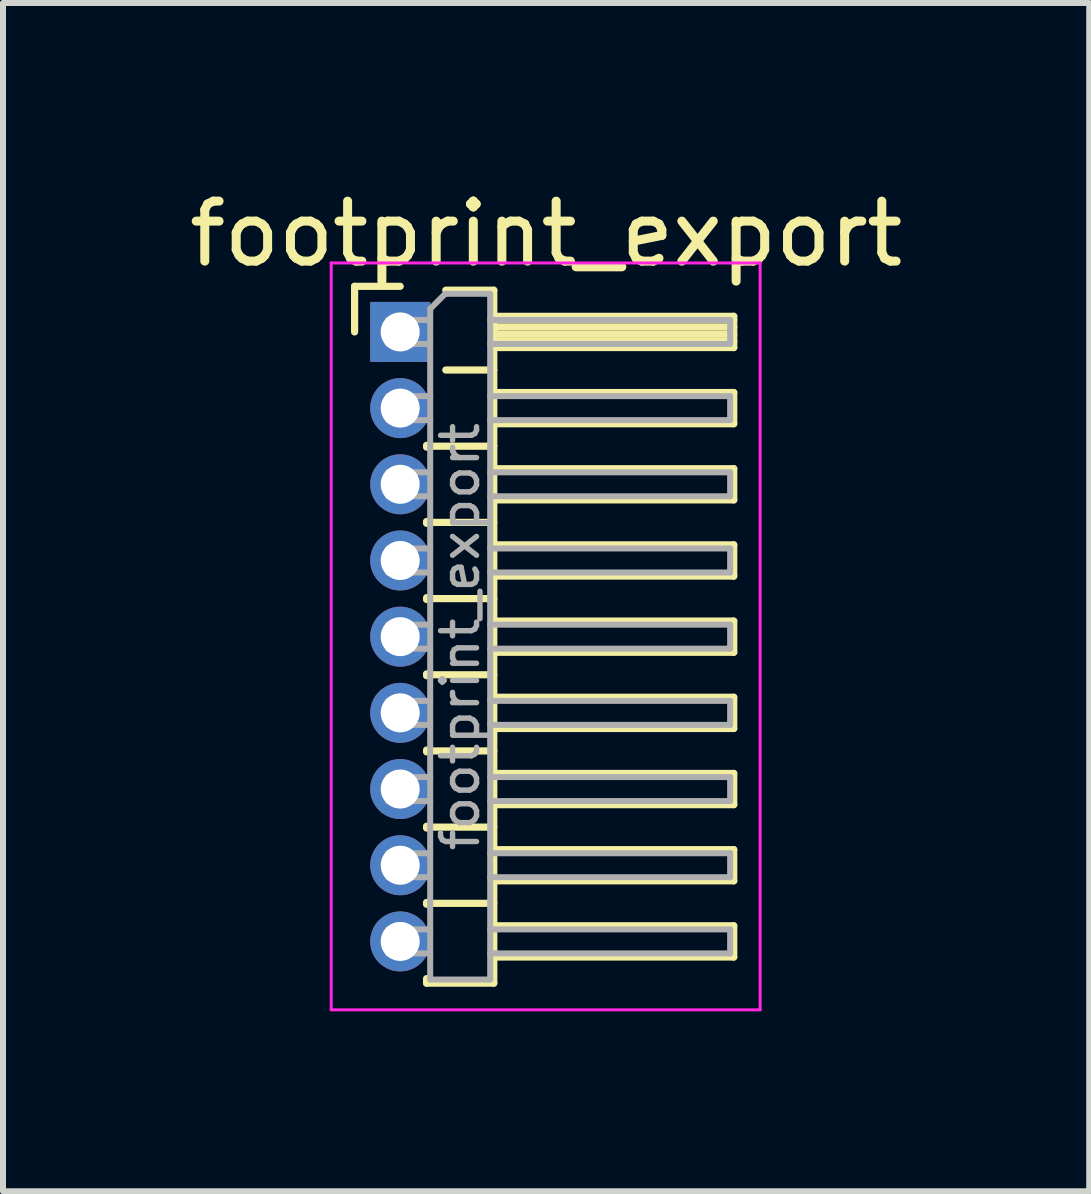
<source format=kicad_pcb>
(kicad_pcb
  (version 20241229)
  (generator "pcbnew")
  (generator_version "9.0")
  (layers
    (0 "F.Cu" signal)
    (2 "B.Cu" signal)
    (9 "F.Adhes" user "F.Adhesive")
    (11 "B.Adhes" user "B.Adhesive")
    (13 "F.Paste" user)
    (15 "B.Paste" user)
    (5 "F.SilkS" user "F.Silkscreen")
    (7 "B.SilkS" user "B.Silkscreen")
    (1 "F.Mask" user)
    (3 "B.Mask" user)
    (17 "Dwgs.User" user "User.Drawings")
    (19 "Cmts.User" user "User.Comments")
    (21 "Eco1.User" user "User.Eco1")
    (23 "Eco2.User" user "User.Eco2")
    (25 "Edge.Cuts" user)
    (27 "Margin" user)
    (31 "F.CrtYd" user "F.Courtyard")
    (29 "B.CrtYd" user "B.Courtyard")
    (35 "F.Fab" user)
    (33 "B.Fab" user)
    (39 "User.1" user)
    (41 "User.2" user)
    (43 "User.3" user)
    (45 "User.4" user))
  (footprint "footprint_export"
    (layer "F.Cu")
    (at 3.621 2.483)
    (property "Reference" "footprint_export" (at 2.433 -1.635 0) (layer "F.SilkS") (effects (font (size 1 1) (thickness 0.15))))
    (attr through_hole)
    (fp_line (start -0.76 -0.76) (end 0 -0.76) (stroke (width 0.12) (type solid)) (layer "F.SilkS"))
    (fp_line (start -0.76 0) (end -0.76 -0.76) (stroke (width 0.12) (type solid)) (layer "F.SilkS"))
    (fp_line (start 0.44 1.89) (end 0.44 1.92) (stroke (width 0.12) (type solid)) (layer "F.SilkS"))
    (fp_line (start 0.44 1.905) (end 1.56 1.905) (stroke (width 0.12) (type solid)) (layer "F.SilkS"))
    (fp_line (start 0.44 3.16) (end 0.44 3.19) (stroke (width 0.12) (type solid)) (layer "F.SilkS"))
    (fp_line (start 0.44 3.175) (end 1.56 3.175) (stroke (width 0.12) (type solid)) (layer "F.SilkS"))
    (fp_line (start 0.44 4.43) (end 0.44 4.46) (stroke (width 0.12) (type solid)) (layer "F.SilkS"))
    (fp_line (start 0.44 4.445) (end 1.56 4.445) (stroke (width 0.12) (type solid)) (layer "F.SilkS"))
    (fp_line (start 0.44 5.7) (end 0.44 5.73) (stroke (width 0.12) (type solid)) (layer "F.SilkS"))
    (fp_line (start 0.44 5.715) (end 1.56 5.715) (stroke (width 0.12) (type solid)) (layer "F.SilkS"))
    (fp_line (start 0.44 6.97) (end 0.44 7) (stroke (width 0.12) (type solid)) (layer "F.SilkS"))
    (fp_line (start 0.44 6.985) (end 1.56 6.985) (stroke (width 0.12) (type solid)) (layer "F.SilkS"))
    (fp_line (start 0.44 8.24) (end 0.44 8.27) (stroke (width 0.12) (type solid)) (layer "F.SilkS"))
    (fp_line (start 0.44 8.255) (end 1.56 8.255) (stroke (width 0.12) (type solid)) (layer "F.SilkS"))
    (fp_line (start 0.44 9.51) (end 0.44 9.54) (stroke (width 0.12) (type solid)) (layer "F.SilkS"))
    (fp_line (start 0.44 9.525) (end 1.56 9.525) (stroke (width 0.12) (type solid)) (layer "F.SilkS"))
    (fp_line (start 0.44 10.855) (end 0.44 10.78) (stroke (width 0.12) (type solid)) (layer "F.SilkS"))
    (fp_line (start 0.76 -0.695) (end 1.56 -0.695) (stroke (width 0.12) (type solid)) (layer "F.SilkS"))
    (fp_line (start 0.76 0.635) (end 1.56 0.635) (stroke (width 0.12) (type solid)) (layer "F.SilkS"))
    (fp_line (start 1.56 -0.695) (end 1.56 10.855) (stroke (width 0.12) (type solid)) (layer "F.SilkS"))
    (fp_line (start 1.56 -0.26) (end 5.56 -0.26) (stroke (width 0.12) (type solid)) (layer "F.SilkS"))
    (fp_line (start 1.56 -0.2) (end 5.56 -0.2) (stroke (width 0.12) (type solid)) (layer "F.SilkS"))
    (fp_line (start 1.56 -0.08) (end 5.56 -0.08) (stroke (width 0.12) (type solid)) (layer "F.SilkS"))
    (fp_line (start 1.56 0.04) (end 5.56 0.04) (stroke (width 0.12) (type solid)) (layer "F.SilkS"))
    (fp_line (start 1.56 0.16) (end 5.56 0.16) (stroke (width 0.12) (type solid)) (layer "F.SilkS"))
    (fp_line (start 1.56 1.01) (end 5.56 1.01) (stroke (width 0.12) (type solid)) (layer "F.SilkS"))
    (fp_line (start 1.56 2.28) (end 5.56 2.28) (stroke (width 0.12) (type solid)) (layer "F.SilkS"))
    (fp_line (start 1.56 3.55) (end 5.56 3.55) (stroke (width 0.12) (type solid)) (layer "F.SilkS"))
    (fp_line (start 1.56 4.82) (end 5.56 4.82) (stroke (width 0.12) (type solid)) (layer "F.SilkS"))
    (fp_line (start 1.56 6.09) (end 5.56 6.09) (stroke (width 0.12) (type solid)) (layer "F.SilkS"))
    (fp_line (start 1.56 7.36) (end 5.56 7.36) (stroke (width 0.12) (type solid)) (layer "F.SilkS"))
    (fp_line (start 1.56 8.63) (end 5.56 8.63) (stroke (width 0.12) (type solid)) (layer "F.SilkS"))
    (fp_line (start 1.56 9.9) (end 5.56 9.9) (stroke (width 0.12) (type solid)) (layer "F.SilkS"))
    (fp_line (start 1.56 10.855) (end 0.44 10.855) (stroke (width 0.12) (type solid)) (layer "F.SilkS"))
    (fp_line (start 5.56 -0.26) (end 5.56 0.26) (stroke (width 0.12) (type solid)) (layer "F.SilkS"))
    (fp_line (start 5.56 0.26) (end 1.56 0.26) (stroke (width 0.12) (type solid)) (layer "F.SilkS"))
    (fp_line (start 5.56 1.01) (end 5.56 1.53) (stroke (width 0.12) (type solid)) (layer "F.SilkS"))
    (fp_line (start 5.56 1.53) (end 1.56 1.53) (stroke (width 0.12) (type solid)) (layer "F.SilkS"))
    (fp_line (start 5.56 2.28) (end 5.56 2.8) (stroke (width 0.12) (type solid)) (layer "F.SilkS"))
    (fp_line (start 5.56 2.8) (end 1.56 2.8) (stroke (width 0.12) (type solid)) (layer "F.SilkS"))
    (fp_line (start 5.56 3.55) (end 5.56 4.07) (stroke (width 0.12) (type solid)) (layer "F.SilkS"))
    (fp_line (start 5.56 4.07) (end 1.56 4.07) (stroke (width 0.12) (type solid)) (layer "F.SilkS"))
    (fp_line (start 5.56 4.82) (end 5.56 5.34) (stroke (width 0.12) (type solid)) (layer "F.SilkS"))
    (fp_line (start 5.56 5.34) (end 1.56 5.34) (stroke (width 0.12) (type solid)) (layer "F.SilkS"))
    (fp_line (start 5.56 6.09) (end 5.56 6.61) (stroke (width 0.12) (type solid)) (layer "F.SilkS"))
    (fp_line (start 5.56 6.61) (end 1.56 6.61) (stroke (width 0.12) (type solid)) (layer "F.SilkS"))
    (fp_line (start 5.56 7.36) (end 5.56 7.88) (stroke (width 0.12) (type solid)) (layer "F.SilkS"))
    (fp_line (start 5.56 7.88) (end 1.56 7.88) (stroke (width 0.12) (type solid)) (layer "F.SilkS"))
    (fp_line (start 5.56 8.63) (end 5.56 9.15) (stroke (width 0.12) (type solid)) (layer "F.SilkS"))
    (fp_line (start 5.56 9.15) (end 1.56 9.15) (stroke (width 0.12) (type solid)) (layer "F.SilkS"))
    (fp_line (start 5.56 9.9) (end 5.56 10.42) (stroke (width 0.12) (type solid)) (layer "F.SilkS"))
    (fp_line (start 5.56 10.42) (end 1.56 10.42) (stroke (width 0.12) (type solid)) (layer "F.SilkS"))
    (fp_line (start -1.15 -1.15) (end -1.15 11.3) (stroke (width 0.05) (type solid)) (layer "F.CrtYd"))
    (fp_line (start -1.15 11.3) (end 6 11.3) (stroke (width 0.05) (type solid)) (layer "F.CrtYd"))
    (fp_line (start 6 -1.15) (end -1.15 -1.15) (stroke (width 0.05) (type solid)) (layer "F.CrtYd"))
    (fp_line (start 6 11.3) (end 6 -1.15) (stroke (width 0.05) (type solid)) (layer "F.CrtYd"))
    (fp_line (start -0.2 -0.2) (end -0.2 0.2) (stroke (width 0.1) (type solid)) (layer "F.Fab"))
    (fp_line (start -0.2 -0.2) (end 0.5 -0.2) (stroke (width 0.1) (type solid)) (layer "F.Fab"))
    (fp_line (start -0.2 0.2) (end 0.5 0.2) (stroke (width 0.1) (type solid)) (layer "F.Fab"))
    (fp_line (start -0.2 1.07) (end -0.2 1.47) (stroke (width 0.1) (type solid)) (layer "F.Fab"))
    (fp_line (start -0.2 1.07) (end 0.5 1.07) (stroke (width 0.1) (type solid)) (layer "F.Fab"))
    (fp_line (start -0.2 1.47) (end 0.5 1.47) (stroke (width 0.1) (type solid)) (layer "F.Fab"))
    (fp_line (start -0.2 2.34) (end -0.2 2.74) (stroke (width 0.1) (type solid)) (layer "F.Fab"))
    (fp_line (start -0.2 2.34) (end 0.5 2.34) (stroke (width 0.1) (type solid)) (layer "F.Fab"))
    (fp_line (start -0.2 2.74) (end 0.5 2.74) (stroke (width 0.1) (type solid)) (layer "F.Fab"))
    (fp_line (start -0.2 3.61) (end -0.2 4.01) (stroke (width 0.1) (type solid)) (layer "F.Fab"))
    (fp_line (start -0.2 3.61) (end 0.5 3.61) (stroke (width 0.1) (type solid)) (layer "F.Fab"))
    (fp_line (start -0.2 4.01) (end 0.5 4.01) (stroke (width 0.1) (type solid)) (layer "F.Fab"))
    (fp_line (start -0.2 4.88) (end -0.2 5.28) (stroke (width 0.1) (type solid)) (layer "F.Fab"))
    (fp_line (start -0.2 4.88) (end 0.5 4.88) (stroke (width 0.1) (type solid)) (layer "F.Fab"))
    (fp_line (start -0.2 5.28) (end 0.5 5.28) (stroke (width 0.1) (type solid)) (layer "F.Fab"))
    (fp_line (start -0.2 6.15) (end -0.2 6.55) (stroke (width 0.1) (type solid)) (layer "F.Fab"))
    (fp_line (start -0.2 6.15) (end 0.5 6.15) (stroke (width 0.1) (type solid)) (layer "F.Fab"))
    (fp_line (start -0.2 6.55) (end 0.5 6.55) (stroke (width 0.1) (type solid)) (layer "F.Fab"))
    (fp_line (start -0.2 7.42) (end -0.2 7.82) (stroke (width 0.1) (type solid)) (layer "F.Fab"))
    (fp_line (start -0.2 7.42) (end 0.5 7.42) (stroke (width 0.1) (type solid)) (layer "F.Fab"))
    (fp_line (start -0.2 7.82) (end 0.5 7.82) (stroke (width 0.1) (type solid)) (layer "F.Fab"))
    (fp_line (start -0.2 8.69) (end -0.2 9.09) (stroke (width 0.1) (type solid)) (layer "F.Fab"))
    (fp_line (start -0.2 8.69) (end 0.5 8.69) (stroke (width 0.1) (type solid)) (layer "F.Fab"))
    (fp_line (start -0.2 9.09) (end 0.5 9.09) (stroke (width 0.1) (type solid)) (layer "F.Fab"))
    (fp_line (start -0.2 9.96) (end -0.2 10.36) (stroke (width 0.1) (type solid)) (layer "F.Fab"))
    (fp_line (start -0.2 9.96) (end 0.5 9.96) (stroke (width 0.1) (type solid)) (layer "F.Fab"))
    (fp_line (start -0.2 10.36) (end 0.5 10.36) (stroke (width 0.1) (type solid)) (layer "F.Fab"))
    (fp_line (start 0.5 -0.385) (end 0.75 -0.635) (stroke (width 0.1) (type solid)) (layer "F.Fab"))
    (fp_line (start 0.5 10.795) (end 0.5 -0.385) (stroke (width 0.1) (type solid)) (layer "F.Fab"))
    (fp_line (start 0.75 -0.635) (end 1.5 -0.635) (stroke (width 0.1) (type solid)) (layer "F.Fab"))
    (fp_line (start 1.5 -0.635) (end 1.5 10.795) (stroke (width 0.1) (type solid)) (layer "F.Fab"))
    (fp_line (start 1.5 -0.2) (end 5.5 -0.2) (stroke (width 0.1) (type solid)) (layer "F.Fab"))
    (fp_line (start 1.5 0.2) (end 5.5 0.2) (stroke (width 0.1) (type solid)) (layer "F.Fab"))
    (fp_line (start 1.5 1.07) (end 5.5 1.07) (stroke (width 0.1) (type solid)) (layer "F.Fab"))
    (fp_line (start 1.5 1.47) (end 5.5 1.47) (stroke (width 0.1) (type solid)) (layer "F.Fab"))
    (fp_line (start 1.5 2.34) (end 5.5 2.34) (stroke (width 0.1) (type solid)) (layer "F.Fab"))
    (fp_line (start 1.5 2.74) (end 5.5 2.74) (stroke (width 0.1) (type solid)) (layer "F.Fab"))
    (fp_line (start 1.5 3.61) (end 5.5 3.61) (stroke (width 0.1) (type solid)) (layer "F.Fab"))
    (fp_line (start 1.5 4.01) (end 5.5 4.01) (stroke (width 0.1) (type solid)) (layer "F.Fab"))
    (fp_line (start 1.5 4.88) (end 5.5 4.88) (stroke (width 0.1) (type solid)) (layer "F.Fab"))
    (fp_line (start 1.5 5.28) (end 5.5 5.28) (stroke (width 0.1) (type solid)) (layer "F.Fab"))
    (fp_line (start 1.5 6.15) (end 5.5 6.15) (stroke (width 0.1) (type solid)) (layer "F.Fab"))
    (fp_line (start 1.5 6.55) (end 5.5 6.55) (stroke (width 0.1) (type solid)) (layer "F.Fab"))
    (fp_line (start 1.5 7.42) (end 5.5 7.42) (stroke (width 0.1) (type solid)) (layer "F.Fab"))
    (fp_line (start 1.5 7.82) (end 5.5 7.82) (stroke (width 0.1) (type solid)) (layer "F.Fab"))
    (fp_line (start 1.5 8.69) (end 5.5 8.69) (stroke (width 0.1) (type solid)) (layer "F.Fab"))
    (fp_line (start 1.5 9.09) (end 5.5 9.09) (stroke (width 0.1) (type solid)) (layer "F.Fab"))
    (fp_line (start 1.5 9.96) (end 5.5 9.96) (stroke (width 0.1) (type solid)) (layer "F.Fab"))
    (fp_line (start 1.5 10.36) (end 5.5 10.36) (stroke (width 0.1) (type solid)) (layer "F.Fab"))
    (fp_line (start 1.5 10.795) (end 0.5 10.795) (stroke (width 0.1) (type solid)) (layer "F.Fab"))
    (fp_line (start 5.5 -0.2) (end 5.5 0.2) (stroke (width 0.1) (type solid)) (layer "F.Fab"))
    (fp_line (start 5.5 1.07) (end 5.5 1.47) (stroke (width 0.1) (type solid)) (layer "F.Fab"))
    (fp_line (start 5.5 2.34) (end 5.5 2.74) (stroke (width 0.1) (type solid)) (layer "F.Fab"))
    (fp_line (start 5.5 3.61) (end 5.5 4.01) (stroke (width 0.1) (type solid)) (layer "F.Fab"))
    (fp_line (start 5.5 4.88) (end 5.5 5.28) (stroke (width 0.1) (type solid)) (layer "F.Fab"))
    (fp_line (start 5.5 6.15) (end 5.5 6.55) (stroke (width 0.1) (type solid)) (layer "F.Fab"))
    (fp_line (start 5.5 7.42) (end 5.5 7.82) (stroke (width 0.1) (type solid)) (layer "F.Fab"))
    (fp_line (start 5.5 8.69) (end 5.5 9.09) (stroke (width 0.1) (type solid)) (layer "F.Fab"))
    (fp_line (start 5.5 9.96) (end 5.5 10.36) (stroke (width 0.1) (type solid)) (layer "F.Fab"))
    (fp_text user "${REFERENCE}" (at 1 5.08 90) (layer "F.Fab") (effects (font (size 0.6 0.6) (thickness 0.09))))
    (pad "1" thru_hole rect (at 0 0) (size 1 1) (drill 0.65) (layers "*.Cu" "*.Mask"))
    (pad "2" thru_hole oval (at 0 1.27) (size 1 1) (drill 0.65) (layers "*.Cu" "*.Mask"))
    (pad "3" thru_hole oval (at 0 2.54) (size 1 1) (drill 0.65) (layers "*.Cu" "*.Mask"))
    (pad "4" thru_hole oval (at 0 3.81) (size 1 1) (drill 0.65) (layers "*.Cu" "*.Mask"))
    (pad "5" thru_hole oval (at 0 5.08) (size 1 1) (drill 0.65) (layers "*.Cu" "*.Mask"))
    (pad "6" thru_hole oval (at 0 6.35) (size 1 1) (drill 0.65) (layers "*.Cu" "*.Mask"))
    (pad "7" thru_hole oval (at 0 7.62) (size 1 1) (drill 0.65) (layers "*.Cu" "*.Mask"))
    (pad "8" thru_hole oval (at 0 8.89) (size 1 1) (drill 0.65) (layers "*.Cu" "*.Mask"))
    (pad "9" thru_hole oval (at 0 10.16) (size 1 1) (drill 0.65) (layers "*.Cu" "*.Mask")))
  (gr_rect
    (start -3 -3)
    (end 15.107 16.808)
    (stroke (width 0.1) (type default))
    (fill no)
    (layer "Edge.Cuts")))
</source>
